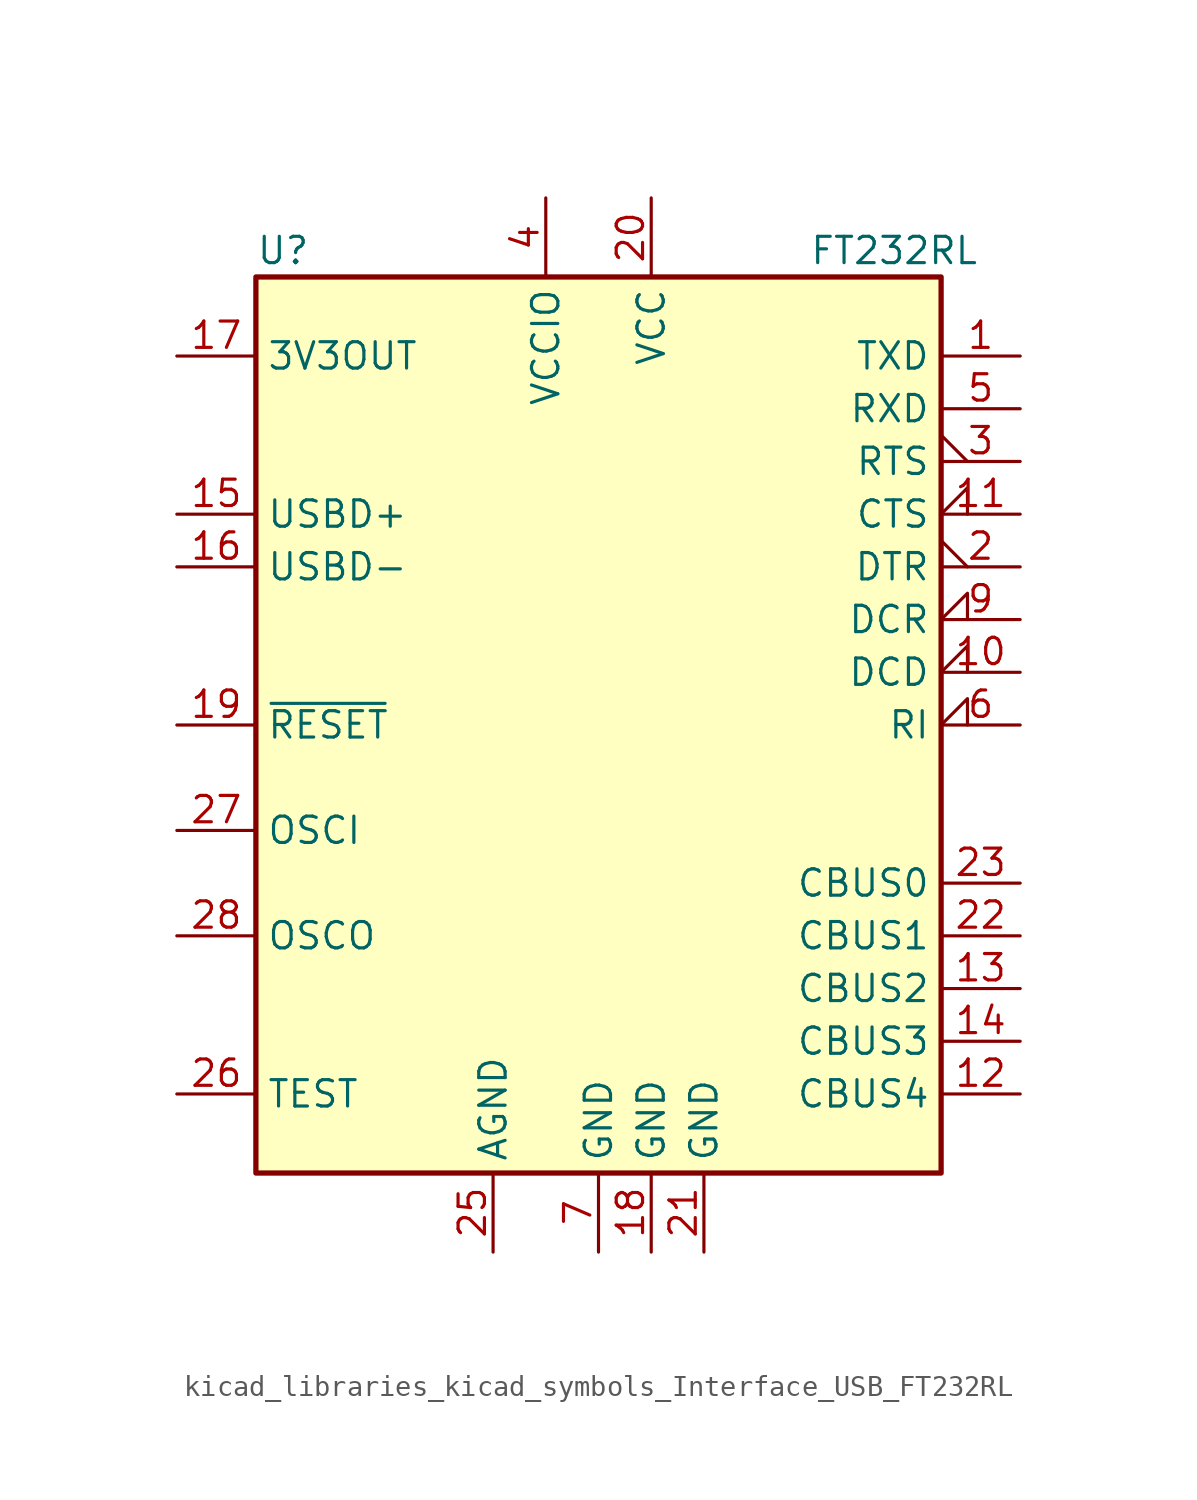
<source format=kicad_sym>
(kicad_symbol_lib
  (version 20220914)
  (generator kicad_symbol_editor)
  (symbol "kicad_libraries_kicad_symbols_Interface_USB_FT232RL"
    (property "Reference" "U"
      (at -16.51 22.86 0)
      (effects (font (size 1.27 1.27)) (justify left)))
    (property "Value" "FT232RL"
      (at 10.16 22.86 0)
      (effects (font (size 1.27 1.27)) (justify left)))
    (symbol "kicad_libraries_kicad_symbols_Interface_USB_FT232RL_0_1"
      (rectangle (start -16.51 21.59) (end 16.51 -21.59) (stroke (width 0.254) (type default)) (fill (type background))))
    (symbol "kicad_libraries_kicad_symbols_Interface_USB_FT232RL_1_1"
      (pin output line (at 20.32 17.78 180) (length 3.81) (name "TXD" (effects (font (size 1.27 1.27)))) (number "1" (effects (font (size 1.27 1.27)))))
      (pin input input_low (at 20.32 2.54 180) (length 3.81) (name "DCD" (effects (font (size 1.27 1.27)))) (number "10" (effects (font (size 1.27 1.27)))))
      (pin input input_low (at 20.32 10.16 180) (length 3.81) (name "CTS" (effects (font (size 1.27 1.27)))) (number "11" (effects (font (size 1.27 1.27)))))
      (pin bidirectional line (at 20.32 -17.78 180) (length 3.81) (name "CBUS4" (effects (font (size 1.27 1.27)))) (number "12" (effects (font (size 1.27 1.27)))))
      (pin bidirectional line (at 20.32 -12.7 180) (length 3.81) (name "CBUS2" (effects (font (size 1.27 1.27)))) (number "13" (effects (font (size 1.27 1.27)))))
      (pin bidirectional line (at 20.32 -15.24 180) (length 3.81) (name "CBUS3" (effects (font (size 1.27 1.27)))) (number "14" (effects (font (size 1.27 1.27)))))
      (pin bidirectional line (at -20.32 10.16 0) (length 3.81) (name "USBD+" (effects (font (size 1.27 1.27)))) (number "15" (effects (font (size 1.27 1.27)))))
      (pin bidirectional line (at -20.32 7.62 0) (length 3.81) (name "USBD-" (effects (font (size 1.27 1.27)))) (number "16" (effects (font (size 1.27 1.27)))))
      (pin power_out line (at -20.32 17.78 0) (length 3.81) (name "3V3OUT" (effects (font (size 1.27 1.27)))) (number "17" (effects (font (size 1.27 1.27)))))
      (pin power_in line (at 2.54 -25.4 90) (length 3.81) (name "GND" (effects (font (size 1.27 1.27)))) (number "18" (effects (font (size 1.27 1.27)))))
      (pin input line (at -20.32 0 0) (length 3.81) (name "~{RESET}" (effects (font (size 1.27 1.27)))) (number "19" (effects (font (size 1.27 1.27)))))
      (pin output output_low (at 20.32 7.62 180) (length 3.81) (name "DTR" (effects (font (size 1.27 1.27)))) (number "2" (effects (font (size 1.27 1.27)))))
      (pin power_in line (at 2.54 25.4 270) (length 3.81) (name "VCC" (effects (font (size 1.27 1.27)))) (number "20" (effects (font (size 1.27 1.27)))))
      (pin power_in line (at 5.08 -25.4 90) (length 3.81) (name "GND" (effects (font (size 1.27 1.27)))) (number "21" (effects (font (size 1.27 1.27)))))
      (pin bidirectional line (at 20.32 -10.16 180) (length 3.81) (name "CBUS1" (effects (font (size 1.27 1.27)))) (number "22" (effects (font (size 1.27 1.27)))))
      (pin bidirectional line (at 20.32 -7.62 180) (length 3.81) (name "CBUS0" (effects (font (size 1.27 1.27)))) (number "23" (effects (font (size 1.27 1.27)))))
      (pin power_in line (at -5.08 -25.4 90) (length 3.81) (name "AGND" (effects (font (size 1.27 1.27)))) (number "25" (effects (font (size 1.27 1.27)))))
      (pin input line (at -20.32 -17.78 0) (length 3.81) (name "TEST" (effects (font (size 1.27 1.27)))) (number "26" (effects (font (size 1.27 1.27)))))
      (pin input line (at -20.32 -5.08 0) (length 3.81) (name "OSCI" (effects (font (size 1.27 1.27)))) (number "27" (effects (font (size 1.27 1.27)))))
      (pin output line (at -20.32 -10.16 0) (length 3.81) (name "OSCO" (effects (font (size 1.27 1.27)))) (number "28" (effects (font (size 1.27 1.27)))))
      (pin output output_low (at 20.32 12.7 180) (length 3.81) (name "RTS" (effects (font (size 1.27 1.27)))) (number "3" (effects (font (size 1.27 1.27)))))
      (pin power_in line (at -2.54 25.4 270) (length 3.81) (name "VCCIO" (effects (font (size 1.27 1.27)))) (number "4" (effects (font (size 1.27 1.27)))))
      (pin input line (at 20.32 15.24 180) (length 3.81) (name "RXD" (effects (font (size 1.27 1.27)))) (number "5" (effects (font (size 1.27 1.27)))))
      (pin input input_low (at 20.32 0 180) (length 3.81) (name "RI" (effects (font (size 1.27 1.27)))) (number "6" (effects (font (size 1.27 1.27)))))
      (pin power_in line (at 0 -25.4 90) (length 3.81) (name "GND" (effects (font (size 1.27 1.27)))) (number "7" (effects (font (size 1.27 1.27)))))
      (pin input input_low (at 20.32 5.08 180) (length 3.81) (name "DCR" (effects (font (size 1.27 1.27)))) (number "9" (effects (font (size 1.27 1.27))))))))
</source>
